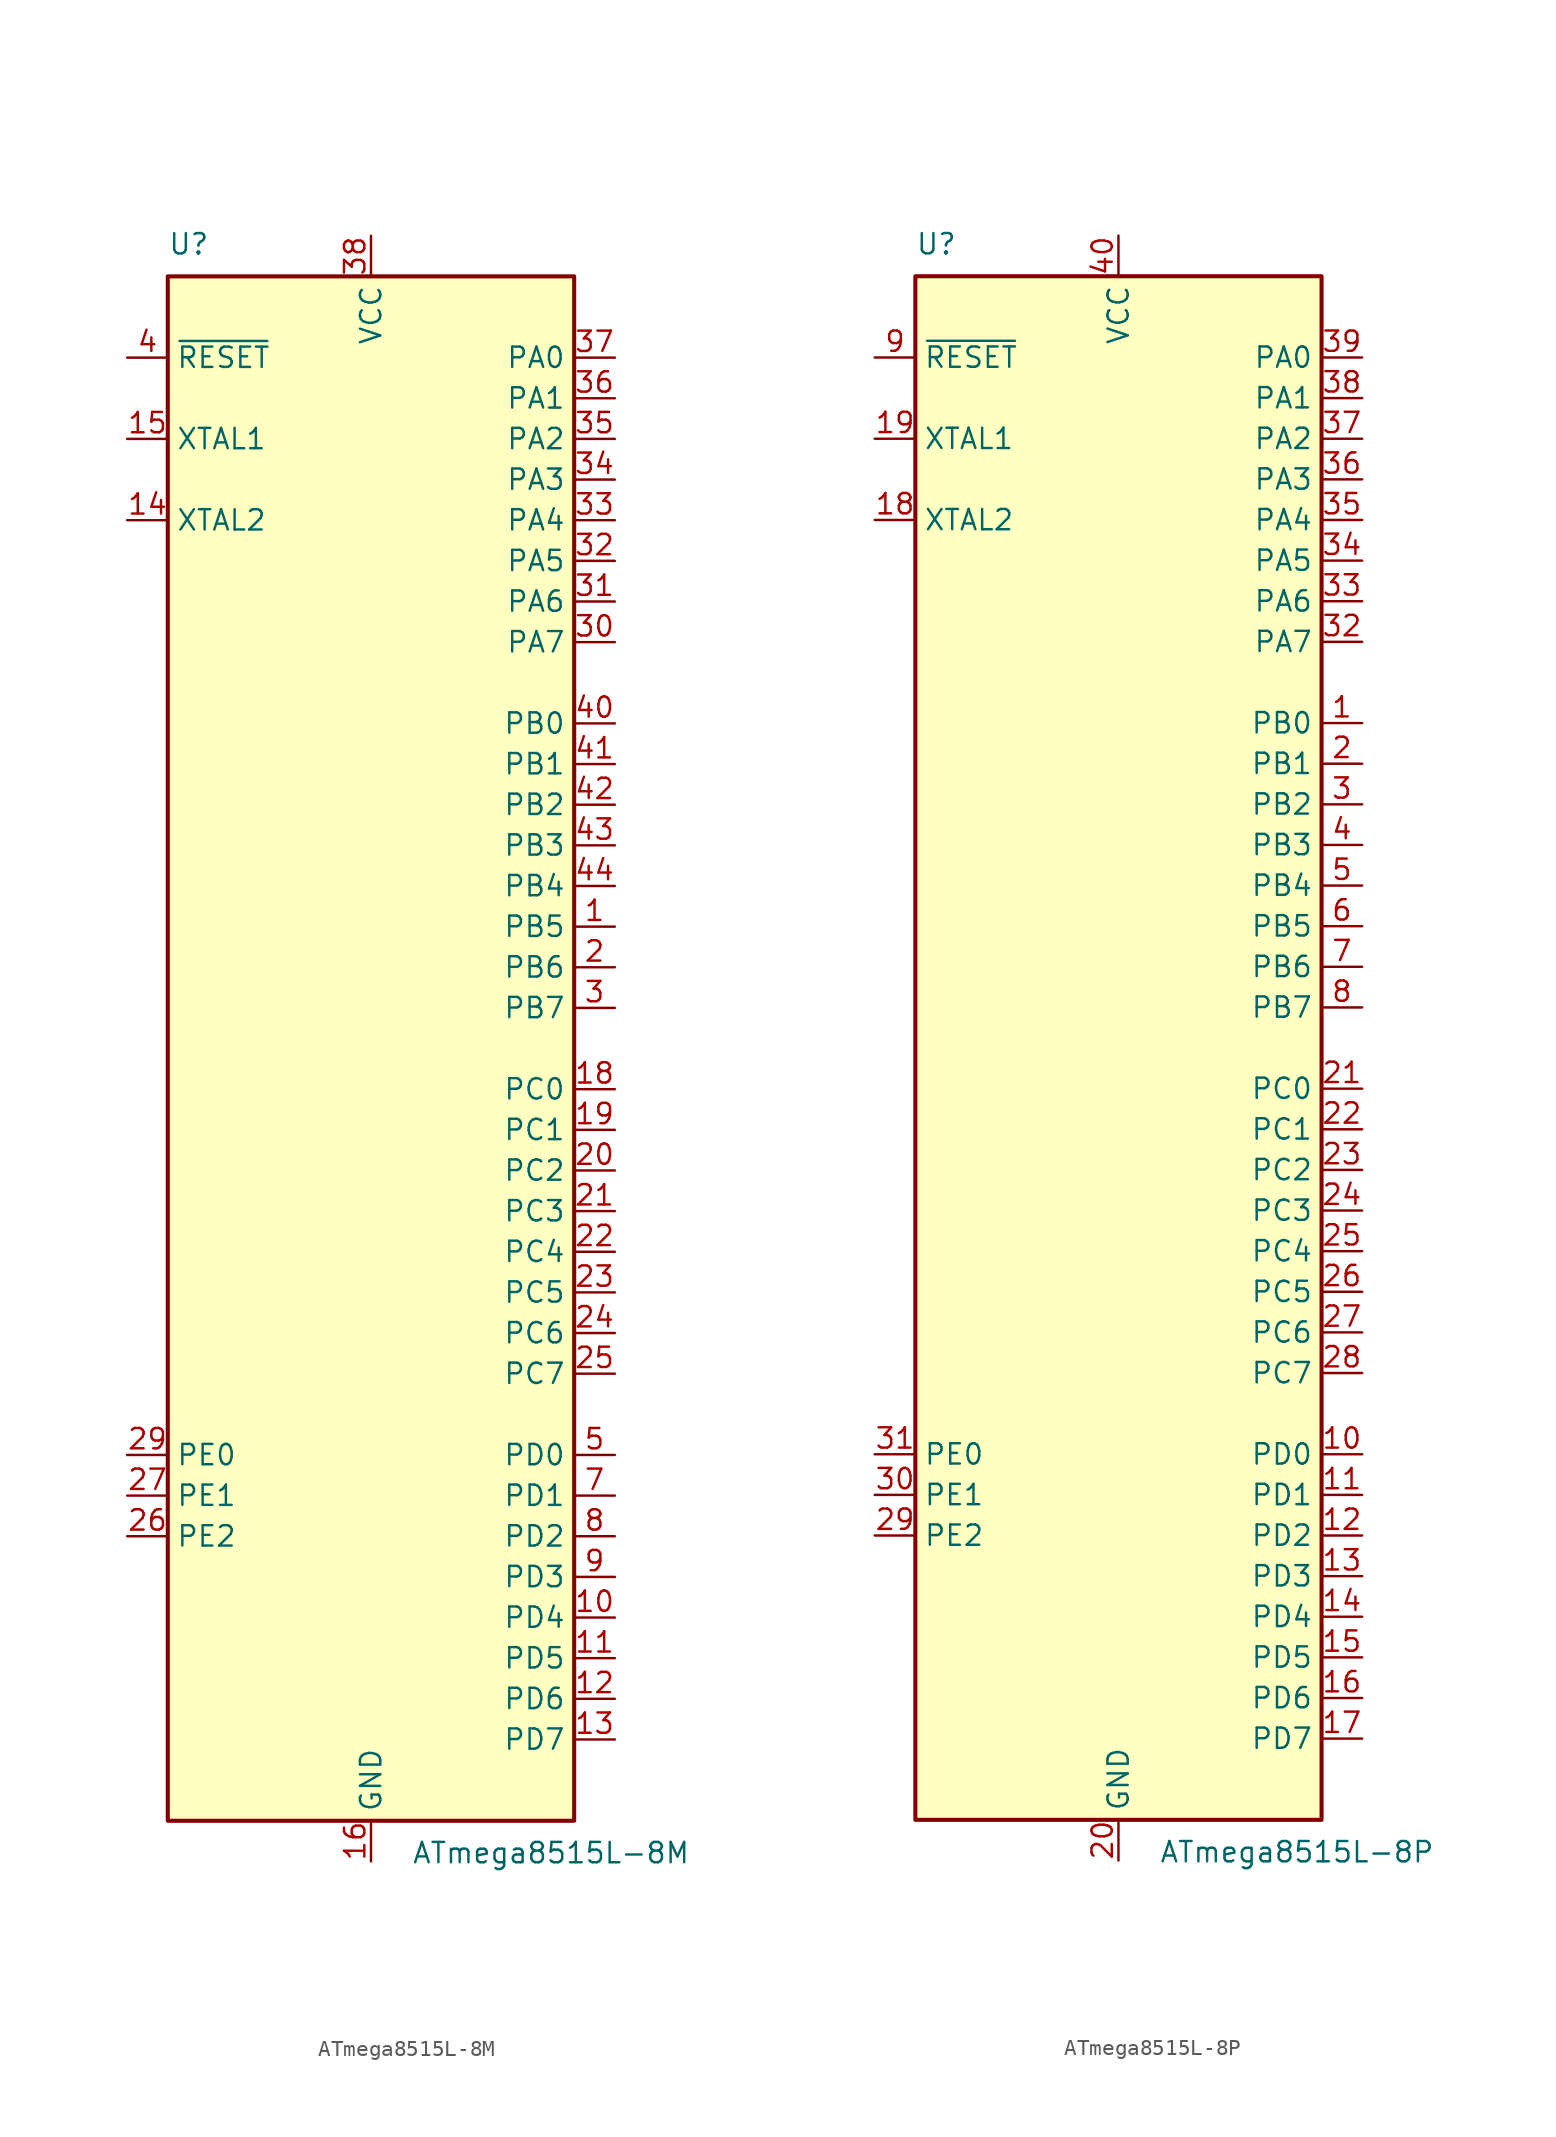
<source format=kicad_sym>
(kicad_symbol_lib
  (version 20201005)
  (generator kicad_symbol_editor)
  (symbol "MCU_Microchip_ATmega:ATmega8515L-8M"
    (property "Reference" "U"
      (at -12.7 49.53 0)
      (effects (font (size 1.27 1.27)) (justify left bottom)))
    (property "Value" "ATmega8515L-8M"
      (at 2.54 -49.53 0)
      (effects (font (size 1.27 1.27)) (justify left top)))
    (symbol "ATmega8515L-8M_0_1"
      (rectangle (start -12.7 -48.26) (end 12.7 48.26) (stroke (width 0.254)) (fill (type background))))
    (symbol "ATmega8515L-8M_1_1"
      (pin bidirectional line (at 15.24 7.62 180) (length 2.54) (name "PB5" (effects (font (size 1.27 1.27)))) (number "1" (effects (font (size 1.27 1.27)))))
      (pin bidirectional line (at 15.24 -35.56 180) (length 2.54) (name "PD4" (effects (font (size 1.27 1.27)))) (number "10" (effects (font (size 1.27 1.27)))))
      (pin bidirectional line (at 15.24 -38.1 180) (length 2.54) (name "PD5" (effects (font (size 1.27 1.27)))) (number "11" (effects (font (size 1.27 1.27)))))
      (pin bidirectional line (at 15.24 -40.64 180) (length 2.54) (name "PD6" (effects (font (size 1.27 1.27)))) (number "12" (effects (font (size 1.27 1.27)))))
      (pin bidirectional line (at 15.24 -43.18 180) (length 2.54) (name "PD7" (effects (font (size 1.27 1.27)))) (number "13" (effects (font (size 1.27 1.27)))))
      (pin output line (at -15.24 33.02 0) (length 2.54) (name "XTAL2" (effects (font (size 1.27 1.27)))) (number "14" (effects (font (size 1.27 1.27)))))
      (pin input line (at -15.24 38.1 0) (length 2.54) (name "XTAL1" (effects (font (size 1.27 1.27)))) (number "15" (effects (font (size 1.27 1.27)))))
      (pin power_in line (at 0 -50.8 90) (length 2.54) (name "GND" (effects (font (size 1.27 1.27)))) (number "16" (effects (font (size 1.27 1.27)))))
      (pin no_connect line (at -12.7 -40.64 0) (length 2.54) hide (name "NC" (effects (font (size 1.27 1.27)))) (number "17" (effects (font (size 1.27 1.27)))))
      (pin bidirectional line (at 15.24 -2.54 180) (length 2.54) (name "PC0" (effects (font (size 1.27 1.27)))) (number "18" (effects (font (size 1.27 1.27)))))
      (pin bidirectional line (at 15.24 -5.08 180) (length 2.54) (name "PC1" (effects (font (size 1.27 1.27)))) (number "19" (effects (font (size 1.27 1.27)))))
      (pin bidirectional line (at 15.24 5.08 180) (length 2.54) (name "PB6" (effects (font (size 1.27 1.27)))) (number "2" (effects (font (size 1.27 1.27)))))
      (pin bidirectional line (at 15.24 -7.62 180) (length 2.54) (name "PC2" (effects (font (size 1.27 1.27)))) (number "20" (effects (font (size 1.27 1.27)))))
      (pin bidirectional line (at 15.24 -10.16 180) (length 2.54) (name "PC3" (effects (font (size 1.27 1.27)))) (number "21" (effects (font (size 1.27 1.27)))))
      (pin bidirectional line (at 15.24 -12.7 180) (length 2.54) (name "PC4" (effects (font (size 1.27 1.27)))) (number "22" (effects (font (size 1.27 1.27)))))
      (pin bidirectional line (at 15.24 -15.24 180) (length 2.54) (name "PC5" (effects (font (size 1.27 1.27)))) (number "23" (effects (font (size 1.27 1.27)))))
      (pin bidirectional line (at 15.24 -17.78 180) (length 2.54) (name "PC6" (effects (font (size 1.27 1.27)))) (number "24" (effects (font (size 1.27 1.27)))))
      (pin bidirectional line (at 15.24 -20.32 180) (length 2.54) (name "PC7" (effects (font (size 1.27 1.27)))) (number "25" (effects (font (size 1.27 1.27)))))
      (pin bidirectional line (at -15.24 -30.48 0) (length 2.54) (name "PE2" (effects (font (size 1.27 1.27)))) (number "26" (effects (font (size 1.27 1.27)))))
      (pin bidirectional line (at -15.24 -27.94 0) (length 2.54) (name "PE1" (effects (font (size 1.27 1.27)))) (number "27" (effects (font (size 1.27 1.27)))))
      (pin no_connect line (at -12.7 -43.18 0) (length 2.54) hide (name "NC" (effects (font (size 1.27 1.27)))) (number "28" (effects (font (size 1.27 1.27)))))
      (pin bidirectional line (at -15.24 -25.4 0) (length 2.54) (name "PE0" (effects (font (size 1.27 1.27)))) (number "29" (effects (font (size 1.27 1.27)))))
      (pin bidirectional line (at 15.24 2.54 180) (length 2.54) (name "PB7" (effects (font (size 1.27 1.27)))) (number "3" (effects (font (size 1.27 1.27)))))
      (pin bidirectional line (at 15.24 25.4 180) (length 2.54) (name "PA7" (effects (font (size 1.27 1.27)))) (number "30" (effects (font (size 1.27 1.27)))))
      (pin bidirectional line (at 15.24 27.94 180) (length 2.54) (name "PA6" (effects (font (size 1.27 1.27)))) (number "31" (effects (font (size 1.27 1.27)))))
      (pin bidirectional line (at 15.24 30.48 180) (length 2.54) (name "PA5" (effects (font (size 1.27 1.27)))) (number "32" (effects (font (size 1.27 1.27)))))
      (pin bidirectional line (at 15.24 33.02 180) (length 2.54) (name "PA4" (effects (font (size 1.27 1.27)))) (number "33" (effects (font (size 1.27 1.27)))))
      (pin bidirectional line (at 15.24 35.56 180) (length 2.54) (name "PA3" (effects (font (size 1.27 1.27)))) (number "34" (effects (font (size 1.27 1.27)))))
      (pin bidirectional line (at 15.24 38.1 180) (length 2.54) (name "PA2" (effects (font (size 1.27 1.27)))) (number "35" (effects (font (size 1.27 1.27)))))
      (pin bidirectional line (at 15.24 40.64 180) (length 2.54) (name "PA1" (effects (font (size 1.27 1.27)))) (number "36" (effects (font (size 1.27 1.27)))))
      (pin bidirectional line (at 15.24 43.18 180) (length 2.54) (name "PA0" (effects (font (size 1.27 1.27)))) (number "37" (effects (font (size 1.27 1.27)))))
      (pin power_in line (at 0 50.8 270) (length 2.54) (name "VCC" (effects (font (size 1.27 1.27)))) (number "38" (effects (font (size 1.27 1.27)))))
      (pin no_connect line (at -12.7 -45.72 0) (length 2.54) hide (name "NC" (effects (font (size 1.27 1.27)))) (number "39" (effects (font (size 1.27 1.27)))))
      (pin input line (at -15.24 43.18 0) (length 2.54) (name "~RESET" (effects (font (size 1.27 1.27)))) (number "4" (effects (font (size 1.27 1.27)))))
      (pin bidirectional line (at 15.24 20.32 180) (length 2.54) (name "PB0" (effects (font (size 1.27 1.27)))) (number "40" (effects (font (size 1.27 1.27)))))
      (pin bidirectional line (at 15.24 17.78 180) (length 2.54) (name "PB1" (effects (font (size 1.27 1.27)))) (number "41" (effects (font (size 1.27 1.27)))))
      (pin bidirectional line (at 15.24 15.24 180) (length 2.54) (name "PB2" (effects (font (size 1.27 1.27)))) (number "42" (effects (font (size 1.27 1.27)))))
      (pin bidirectional line (at 15.24 12.7 180) (length 2.54) (name "PB3" (effects (font (size 1.27 1.27)))) (number "43" (effects (font (size 1.27 1.27)))))
      (pin bidirectional line (at 15.24 10.16 180) (length 2.54) (name "PB4" (effects (font (size 1.27 1.27)))) (number "44" (effects (font (size 1.27 1.27)))))
      (pin passive line (at 0 -50.8 90) (length 2.54) hide (name "GND" (effects (font (size 1.27 1.27)))) (number "45" (effects (font (size 1.27 1.27)))))
      (pin bidirectional line (at 15.24 -25.4 180) (length 2.54) (name "PD0" (effects (font (size 1.27 1.27)))) (number "5" (effects (font (size 1.27 1.27)))))
      (pin no_connect line (at -12.7 -38.1 0) (length 2.54) hide (name "NC" (effects (font (size 1.27 1.27)))) (number "6" (effects (font (size 1.27 1.27)))))
      (pin bidirectional line (at 15.24 -27.94 180) (length 2.54) (name "PD1" (effects (font (size 1.27 1.27)))) (number "7" (effects (font (size 1.27 1.27)))))
      (pin bidirectional line (at 15.24 -30.48 180) (length 2.54) (name "PD2" (effects (font (size 1.27 1.27)))) (number "8" (effects (font (size 1.27 1.27)))))
      (pin bidirectional line (at 15.24 -33.02 180) (length 2.54) (name "PD3" (effects (font (size 1.27 1.27)))) (number "9" (effects (font (size 1.27 1.27)))))))
  (symbol "MCU_Microchip_ATmega:ATmega8515L-8P"
    (property "Reference" "U"
      (at -12.7 49.53 0)
      (effects (font (size 1.27 1.27)) (justify left bottom)))
    (property "Value" "ATmega8515L-8P"
      (at 2.54 -49.53 0)
      (effects (font (size 1.27 1.27)) (justify left top)))
    (symbol "ATmega8515L-8P_0_1"
      (rectangle (start -12.7 -48.26) (end 12.7 48.26) (stroke (width 0.254)) (fill (type background))))
    (symbol "ATmega8515L-8P_1_1"
      (pin bidirectional line (at 15.24 20.32 180) (length 2.54) (name "PB0" (effects (font (size 1.27 1.27)))) (number "1" (effects (font (size 1.27 1.27)))))
      (pin bidirectional line (at 15.24 -25.4 180) (length 2.54) (name "PD0" (effects (font (size 1.27 1.27)))) (number "10" (effects (font (size 1.27 1.27)))))
      (pin bidirectional line (at 15.24 -27.94 180) (length 2.54) (name "PD1" (effects (font (size 1.27 1.27)))) (number "11" (effects (font (size 1.27 1.27)))))
      (pin bidirectional line (at 15.24 -30.48 180) (length 2.54) (name "PD2" (effects (font (size 1.27 1.27)))) (number "12" (effects (font (size 1.27 1.27)))))
      (pin bidirectional line (at 15.24 -33.02 180) (length 2.54) (name "PD3" (effects (font (size 1.27 1.27)))) (number "13" (effects (font (size 1.27 1.27)))))
      (pin bidirectional line (at 15.24 -35.56 180) (length 2.54) (name "PD4" (effects (font (size 1.27 1.27)))) (number "14" (effects (font (size 1.27 1.27)))))
      (pin bidirectional line (at 15.24 -38.1 180) (length 2.54) (name "PD5" (effects (font (size 1.27 1.27)))) (number "15" (effects (font (size 1.27 1.27)))))
      (pin bidirectional line (at 15.24 -40.64 180) (length 2.54) (name "PD6" (effects (font (size 1.27 1.27)))) (number "16" (effects (font (size 1.27 1.27)))))
      (pin bidirectional line (at 15.24 -43.18 180) (length 2.54) (name "PD7" (effects (font (size 1.27 1.27)))) (number "17" (effects (font (size 1.27 1.27)))))
      (pin output line (at -15.24 33.02 0) (length 2.54) (name "XTAL2" (effects (font (size 1.27 1.27)))) (number "18" (effects (font (size 1.27 1.27)))))
      (pin input line (at -15.24 38.1 0) (length 2.54) (name "XTAL1" (effects (font (size 1.27 1.27)))) (number "19" (effects (font (size 1.27 1.27)))))
      (pin bidirectional line (at 15.24 17.78 180) (length 2.54) (name "PB1" (effects (font (size 1.27 1.27)))) (number "2" (effects (font (size 1.27 1.27)))))
      (pin power_in line (at 0 -50.8 90) (length 2.54) (name "GND" (effects (font (size 1.27 1.27)))) (number "20" (effects (font (size 1.27 1.27)))))
      (pin bidirectional line (at 15.24 -2.54 180) (length 2.54) (name "PC0" (effects (font (size 1.27 1.27)))) (number "21" (effects (font (size 1.27 1.27)))))
      (pin bidirectional line (at 15.24 -5.08 180) (length 2.54) (name "PC1" (effects (font (size 1.27 1.27)))) (number "22" (effects (font (size 1.27 1.27)))))
      (pin bidirectional line (at 15.24 -7.62 180) (length 2.54) (name "PC2" (effects (font (size 1.27 1.27)))) (number "23" (effects (font (size 1.27 1.27)))))
      (pin bidirectional line (at 15.24 -10.16 180) (length 2.54) (name "PC3" (effects (font (size 1.27 1.27)))) (number "24" (effects (font (size 1.27 1.27)))))
      (pin bidirectional line (at 15.24 -12.7 180) (length 2.54) (name "PC4" (effects (font (size 1.27 1.27)))) (number "25" (effects (font (size 1.27 1.27)))))
      (pin bidirectional line (at 15.24 -15.24 180) (length 2.54) (name "PC5" (effects (font (size 1.27 1.27)))) (number "26" (effects (font (size 1.27 1.27)))))
      (pin bidirectional line (at 15.24 -17.78 180) (length 2.54) (name "PC6" (effects (font (size 1.27 1.27)))) (number "27" (effects (font (size 1.27 1.27)))))
      (pin bidirectional line (at 15.24 -20.32 180) (length 2.54) (name "PC7" (effects (font (size 1.27 1.27)))) (number "28" (effects (font (size 1.27 1.27)))))
      (pin bidirectional line (at -15.24 -30.48 0) (length 2.54) (name "PE2" (effects (font (size 1.27 1.27)))) (number "29" (effects (font (size 1.27 1.27)))))
      (pin bidirectional line (at 15.24 15.24 180) (length 2.54) (name "PB2" (effects (font (size 1.27 1.27)))) (number "3" (effects (font (size 1.27 1.27)))))
      (pin bidirectional line (at -15.24 -27.94 0) (length 2.54) (name "PE1" (effects (font (size 1.27 1.27)))) (number "30" (effects (font (size 1.27 1.27)))))
      (pin bidirectional line (at -15.24 -25.4 0) (length 2.54) (name "PE0" (effects (font (size 1.27 1.27)))) (number "31" (effects (font (size 1.27 1.27)))))
      (pin bidirectional line (at 15.24 25.4 180) (length 2.54) (name "PA7" (effects (font (size 1.27 1.27)))) (number "32" (effects (font (size 1.27 1.27)))))
      (pin bidirectional line (at 15.24 27.94 180) (length 2.54) (name "PA6" (effects (font (size 1.27 1.27)))) (number "33" (effects (font (size 1.27 1.27)))))
      (pin bidirectional line (at 15.24 30.48 180) (length 2.54) (name "PA5" (effects (font (size 1.27 1.27)))) (number "34" (effects (font (size 1.27 1.27)))))
      (pin bidirectional line (at 15.24 33.02 180) (length 2.54) (name "PA4" (effects (font (size 1.27 1.27)))) (number "35" (effects (font (size 1.27 1.27)))))
      (pin bidirectional line (at 15.24 35.56 180) (length 2.54) (name "PA3" (effects (font (size 1.27 1.27)))) (number "36" (effects (font (size 1.27 1.27)))))
      (pin bidirectional line (at 15.24 38.1 180) (length 2.54) (name "PA2" (effects (font (size 1.27 1.27)))) (number "37" (effects (font (size 1.27 1.27)))))
      (pin bidirectional line (at 15.24 40.64 180) (length 2.54) (name "PA1" (effects (font (size 1.27 1.27)))) (number "38" (effects (font (size 1.27 1.27)))))
      (pin bidirectional line (at 15.24 43.18 180) (length 2.54) (name "PA0" (effects (font (size 1.27 1.27)))) (number "39" (effects (font (size 1.27 1.27)))))
      (pin bidirectional line (at 15.24 12.7 180) (length 2.54) (name "PB3" (effects (font (size 1.27 1.27)))) (number "4" (effects (font (size 1.27 1.27)))))
      (pin power_in line (at 0 50.8 270) (length 2.54) (name "VCC" (effects (font (size 1.27 1.27)))) (number "40" (effects (font (size 1.27 1.27)))))
      (pin bidirectional line (at 15.24 10.16 180) (length 2.54) (name "PB4" (effects (font (size 1.27 1.27)))) (number "5" (effects (font (size 1.27 1.27)))))
      (pin bidirectional line (at 15.24 7.62 180) (length 2.54) (name "PB5" (effects (font (size 1.27 1.27)))) (number "6" (effects (font (size 1.27 1.27)))))
      (pin bidirectional line (at 15.24 5.08 180) (length 2.54) (name "PB6" (effects (font (size 1.27 1.27)))) (number "7" (effects (font (size 1.27 1.27)))))
      (pin bidirectional line (at 15.24 2.54 180) (length 2.54) (name "PB7" (effects (font (size 1.27 1.27)))) (number "8" (effects (font (size 1.27 1.27)))))
      (pin input line (at -15.24 43.18 0) (length 2.54) (name "~RESET" (effects (font (size 1.27 1.27)))) (number "9" (effects (font (size 1.27 1.27))))))))
</source>
